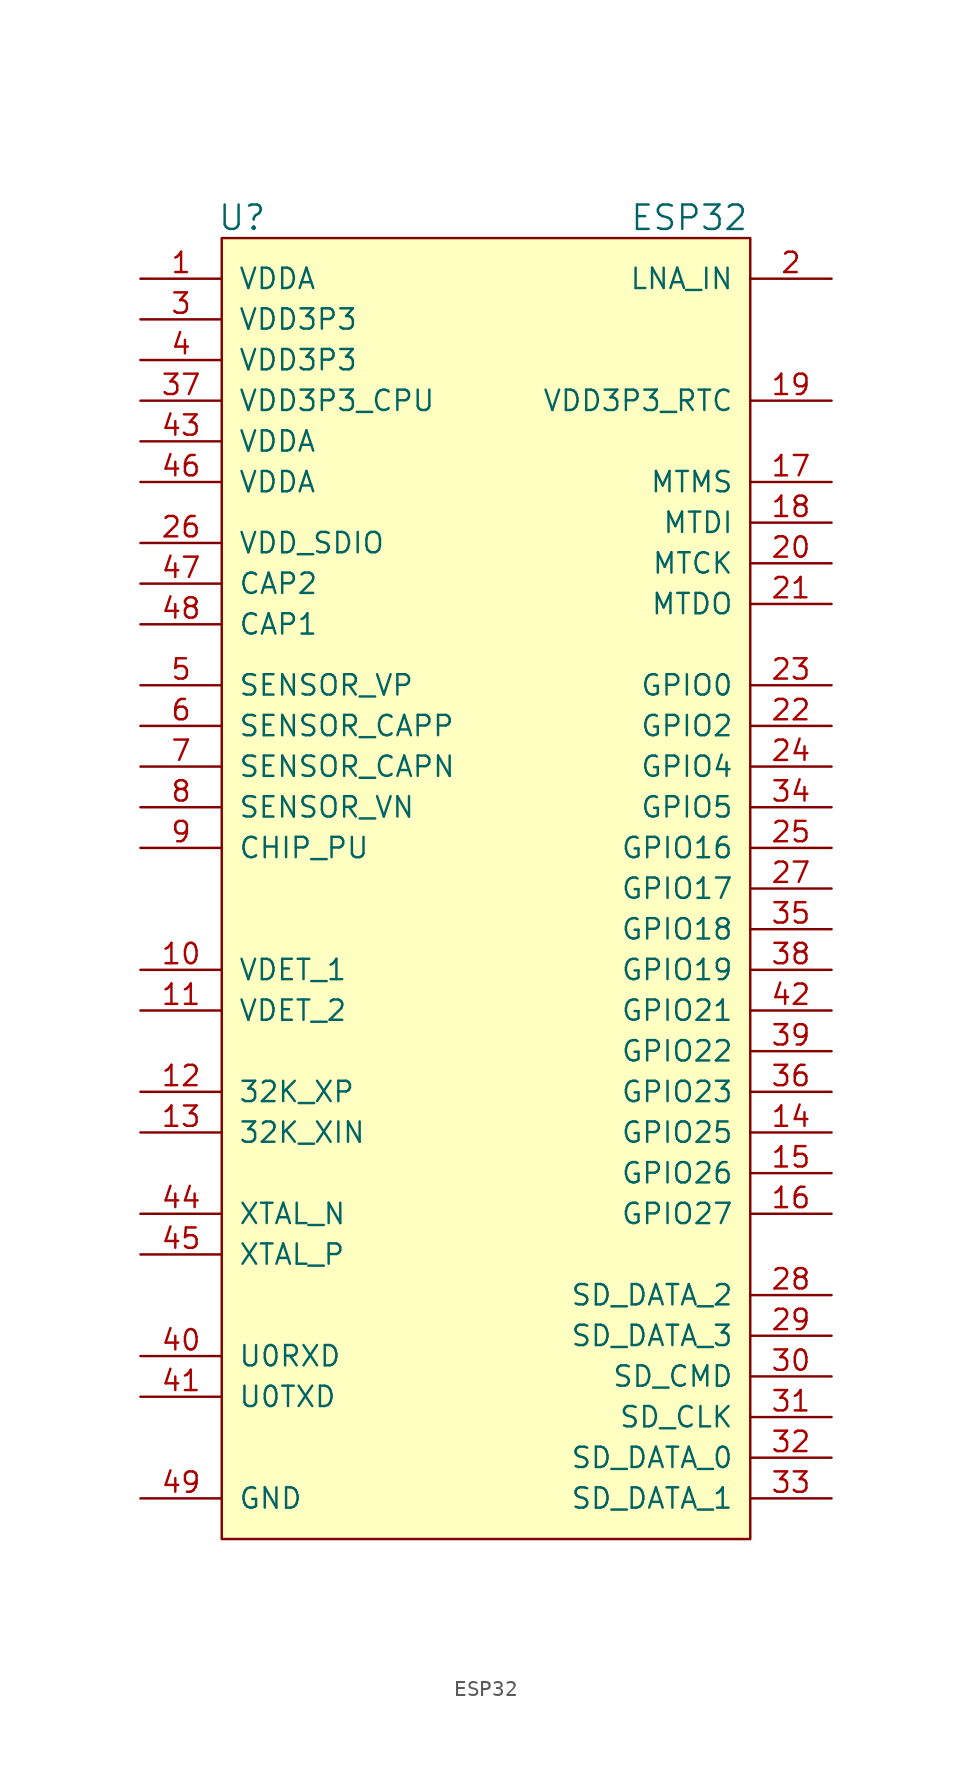
<source format=kicad_sym>
(kicad_symbol_lib
  (version 20211014)
  (generator kicad_symbol_editor)
  (symbol "ESP32"
    (pin_names
      (offset 1.016))
    (property "Reference" "U"
      (at -15.24 43.18 0)
      (effects (font (size 1.524 1.524))))
    (property "Value" "ESP32"
      (at 12.7 43.18 0)
      (effects (font (size 1.524 1.524))))
    (symbol "ESP32_0_1"
      (rectangle (start -16.51 41.91) (end 16.51 -39.37) (stroke (width 0) (type default) (color 0 0 0 0)) (fill (type background))))
    (symbol "ESP32_1_1"
      (pin power_in line (at -21.59 39.37 0) (length 5.08) (name "VDDA" (effects (font (size 1.27 1.27)))) (number "1" (effects (font (size 1.27 1.27)))))
      (pin input line (at -21.59 -3.81 0) (length 5.08) (name "VDET_1" (effects (font (size 1.27 1.27)))) (number "10" (effects (font (size 1.27 1.27)))))
      (pin input line (at -21.59 -6.35 0) (length 5.08) (name "VDET_2" (effects (font (size 1.27 1.27)))) (number "11" (effects (font (size 1.27 1.27)))))
      (pin bidirectional line (at -21.59 -11.43 0) (length 5.08) (name "32K_XP" (effects (font (size 1.27 1.27)))) (number "12" (effects (font (size 1.27 1.27)))))
      (pin bidirectional line (at -21.59 -13.97 0) (length 5.08) (name "32K_XIN" (effects (font (size 1.27 1.27)))) (number "13" (effects (font (size 1.27 1.27)))))
      (pin bidirectional line (at 21.59 -13.97 180) (length 5.08) (name "GPIO25" (effects (font (size 1.27 1.27)))) (number "14" (effects (font (size 1.27 1.27)))))
      (pin bidirectional line (at 21.59 -16.51 180) (length 5.08) (name "GPIO26" (effects (font (size 1.27 1.27)))) (number "15" (effects (font (size 1.27 1.27)))))
      (pin bidirectional line (at 21.59 -19.05 180) (length 5.08) (name "GPIO27" (effects (font (size 1.27 1.27)))) (number "16" (effects (font (size 1.27 1.27)))))
      (pin bidirectional line (at 21.59 26.67 180) (length 5.08) (name "MTMS" (effects (font (size 1.27 1.27)))) (number "17" (effects (font (size 1.27 1.27)))))
      (pin bidirectional line (at 21.59 24.13 180) (length 5.08) (name "MTDI" (effects (font (size 1.27 1.27)))) (number "18" (effects (font (size 1.27 1.27)))))
      (pin power_in line (at 21.59 31.75 180) (length 5.08) (name "VDD3P3_RTC" (effects (font (size 1.27 1.27)))) (number "19" (effects (font (size 1.27 1.27)))))
      (pin input line (at 21.59 39.37 180) (length 5.08) (name "LNA_IN" (effects (font (size 1.27 1.27)))) (number "2" (effects (font (size 1.27 1.27)))))
      (pin bidirectional line (at 21.59 21.59 180) (length 5.08) (name "MTCK" (effects (font (size 1.27 1.27)))) (number "20" (effects (font (size 1.27 1.27)))))
      (pin bidirectional line (at 21.59 19.05 180) (length 5.08) (name "MTDO" (effects (font (size 1.27 1.27)))) (number "21" (effects (font (size 1.27 1.27)))))
      (pin bidirectional line (at 21.59 11.43 180) (length 5.08) (name "GPIO2" (effects (font (size 1.27 1.27)))) (number "22" (effects (font (size 1.27 1.27)))))
      (pin bidirectional line (at 21.59 13.97 180) (length 5.08) (name "GPIO0" (effects (font (size 1.27 1.27)))) (number "23" (effects (font (size 1.27 1.27)))))
      (pin bidirectional line (at 21.59 8.89 180) (length 5.08) (name "GPIO4" (effects (font (size 1.27 1.27)))) (number "24" (effects (font (size 1.27 1.27)))))
      (pin bidirectional line (at 21.59 3.81 180) (length 5.08) (name "GPIO16" (effects (font (size 1.27 1.27)))) (number "25" (effects (font (size 1.27 1.27)))))
      (pin power_in line (at -21.59 22.86 0) (length 5.08) (name "VDD_SDIO" (effects (font (size 1.27 1.27)))) (number "26" (effects (font (size 1.27 1.27)))))
      (pin bidirectional line (at 21.59 1.27 180) (length 5.08) (name "GPIO17" (effects (font (size 1.27 1.27)))) (number "27" (effects (font (size 1.27 1.27)))))
      (pin bidirectional line (at 21.59 -24.13 180) (length 5.08) (name "SD_DATA_2" (effects (font (size 1.27 1.27)))) (number "28" (effects (font (size 1.27 1.27)))))
      (pin bidirectional line (at 21.59 -26.67 180) (length 5.08) (name "SD_DATA_3" (effects (font (size 1.27 1.27)))) (number "29" (effects (font (size 1.27 1.27)))))
      (pin power_in line (at -21.59 36.83 0) (length 5.08) (name "VDD3P3" (effects (font (size 1.27 1.27)))) (number "3" (effects (font (size 1.27 1.27)))))
      (pin bidirectional line (at 21.59 -29.21 180) (length 5.08) (name "SD_CMD" (effects (font (size 1.27 1.27)))) (number "30" (effects (font (size 1.27 1.27)))))
      (pin bidirectional line (at 21.59 -31.75 180) (length 5.08) (name "SD_CLK" (effects (font (size 1.27 1.27)))) (number "31" (effects (font (size 1.27 1.27)))))
      (pin bidirectional line (at 21.59 -34.29 180) (length 5.08) (name "SD_DATA_0" (effects (font (size 1.27 1.27)))) (number "32" (effects (font (size 1.27 1.27)))))
      (pin bidirectional line (at 21.59 -36.83 180) (length 5.08) (name "SD_DATA_1" (effects (font (size 1.27 1.27)))) (number "33" (effects (font (size 1.27 1.27)))))
      (pin bidirectional line (at 21.59 6.35 180) (length 5.08) (name "GPIO5" (effects (font (size 1.27 1.27)))) (number "34" (effects (font (size 1.27 1.27)))))
      (pin bidirectional line (at 21.59 -1.27 180) (length 5.08) (name "GPIO18" (effects (font (size 1.27 1.27)))) (number "35" (effects (font (size 1.27 1.27)))))
      (pin bidirectional line (at 21.59 -11.43 180) (length 5.08) (name "GPIO23" (effects (font (size 1.27 1.27)))) (number "36" (effects (font (size 1.27 1.27)))))
      (pin power_in line (at -21.59 31.75 0) (length 5.08) (name "VDD3P3_CPU" (effects (font (size 1.27 1.27)))) (number "37" (effects (font (size 1.27 1.27)))))
      (pin bidirectional line (at 21.59 -3.81 180) (length 5.08) (name "GPIO19" (effects (font (size 1.27 1.27)))) (number "38" (effects (font (size 1.27 1.27)))))
      (pin bidirectional line (at 21.59 -8.89 180) (length 5.08) (name "GPIO22" (effects (font (size 1.27 1.27)))) (number "39" (effects (font (size 1.27 1.27)))))
      (pin input line (at -21.59 34.29 0) (length 5.08) (name "VDD3P3" (effects (font (size 1.27 1.27)))) (number "4" (effects (font (size 1.27 1.27)))))
      (pin bidirectional line (at -21.59 -27.94 0) (length 5.08) (name "U0RXD" (effects (font (size 1.27 1.27)))) (number "40" (effects (font (size 1.27 1.27)))))
      (pin bidirectional line (at -21.59 -30.48 0) (length 5.08) (name "U0TXD" (effects (font (size 1.27 1.27)))) (number "41" (effects (font (size 1.27 1.27)))))
      (pin bidirectional line (at 21.59 -6.35 180) (length 5.08) (name "GPIO21" (effects (font (size 1.27 1.27)))) (number "42" (effects (font (size 1.27 1.27)))))
      (pin power_in line (at -21.59 29.21 0) (length 5.08) (name "VDDA" (effects (font (size 1.27 1.27)))) (number "43" (effects (font (size 1.27 1.27)))))
      (pin bidirectional line (at -21.59 -19.05 0) (length 5.08) (name "XTAL_N" (effects (font (size 1.27 1.27)))) (number "44" (effects (font (size 1.27 1.27)))))
      (pin bidirectional line (at -21.59 -21.59 0) (length 5.08) (name "XTAL_P" (effects (font (size 1.27 1.27)))) (number "45" (effects (font (size 1.27 1.27)))))
      (pin power_in line (at -21.59 26.67 0) (length 5.08) (name "VDDA" (effects (font (size 1.27 1.27)))) (number "46" (effects (font (size 1.27 1.27)))))
      (pin passive line (at -21.59 20.32 0) (length 5.08) (name "CAP2" (effects (font (size 1.27 1.27)))) (number "47" (effects (font (size 1.27 1.27)))))
      (pin passive line (at -21.59 17.78 0) (length 5.08) (name "CAP1" (effects (font (size 1.27 1.27)))) (number "48" (effects (font (size 1.27 1.27)))))
      (pin power_in line (at -21.59 -36.83 0) (length 5.08) (name "GND" (effects (font (size 1.27 1.27)))) (number "49" (effects (font (size 1.27 1.27)))))
      (pin input line (at -21.59 13.97 0) (length 5.08) (name "SENSOR_VP" (effects (font (size 1.27 1.27)))) (number "5" (effects (font (size 1.27 1.27)))))
      (pin input line (at -21.59 11.43 0) (length 5.08) (name "SENSOR_CAPP" (effects (font (size 1.27 1.27)))) (number "6" (effects (font (size 1.27 1.27)))))
      (pin input line (at -21.59 8.89 0) (length 5.08) (name "SENSOR_CAPN" (effects (font (size 1.27 1.27)))) (number "7" (effects (font (size 1.27 1.27)))))
      (pin input line (at -21.59 6.35 0) (length 5.08) (name "SENSOR_VN" (effects (font (size 1.27 1.27)))) (number "8" (effects (font (size 1.27 1.27)))))
      (pin input line (at -21.59 3.81 0) (length 5.08) (name "CHIP_PU" (effects (font (size 1.27 1.27)))) (number "9" (effects (font (size 1.27 1.27))))))))
</source>
